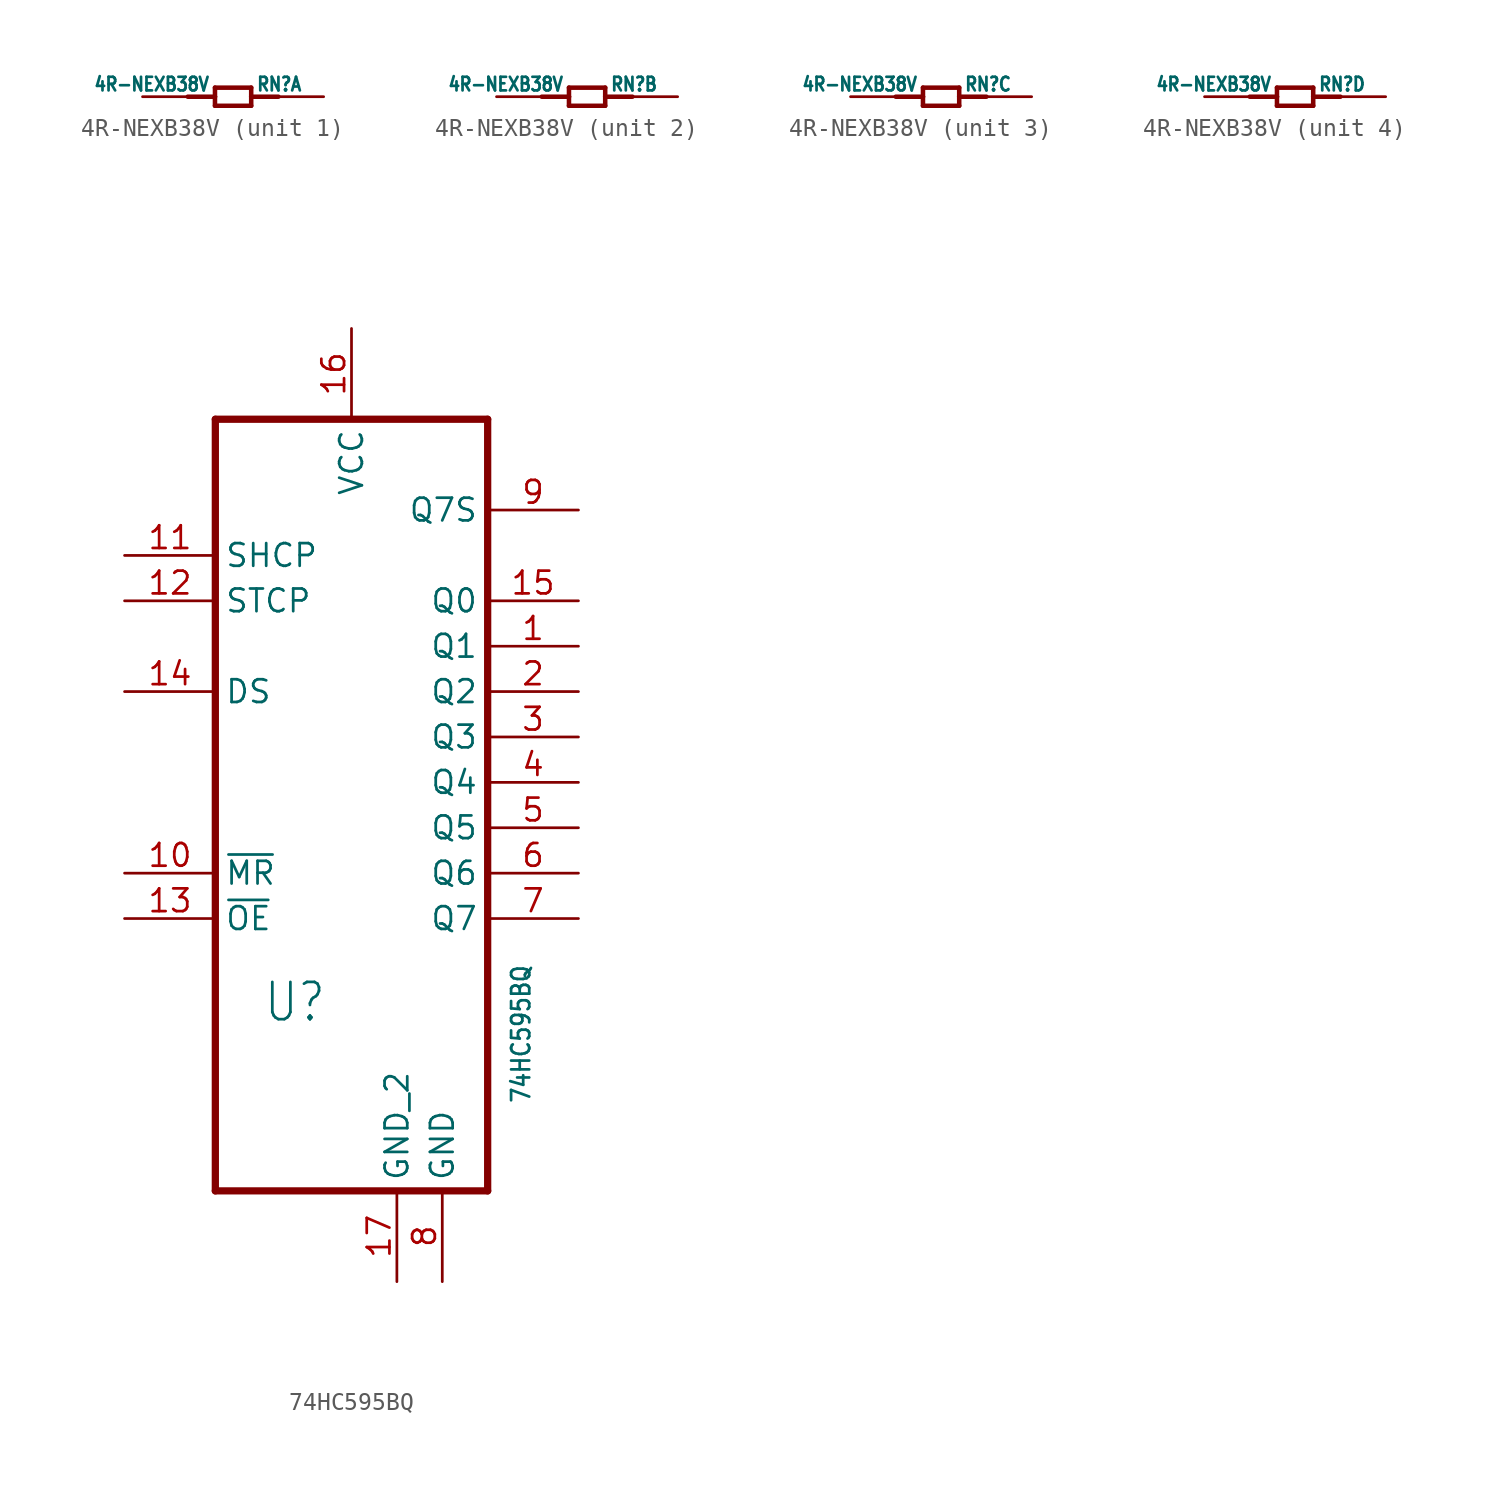
<source format=kicad_sym>
(kicad_symbol_lib
  (version 20211014)
  (generator kicad_symbol_editor)
  (symbol "4R-NEXB38V"
    (property "Reference" "RN"
      (at 1.27 0.254 0)
      (effects (font (size 0.762 0.648)) (justify left bottom)))
    (property "Value" "4R-NEXB38V"
      (at -1.27 0.254 0)
      (effects (font (size 0.762 0.648)) (justify right bottom)))
    (property "ki_locked" ""
      (at 0 0 0)
      (effects (font (size 1.27 1.27))))
    (symbol "4R-NEXB38V_1_0"
      (polyline (pts (xy -2.54 0) (xy -1.016 0)) (stroke (width 0.254) (type default) (color 0 0 0 0)) (fill (type none)))
      (polyline (pts (xy -1.016 -0.508) (xy 1.016 -0.508)) (stroke (width 0.254) (type default) (color 0 0 0 0)) (fill (type none)))
      (polyline (pts (xy -1.016 0) (xy -1.016 -0.508)) (stroke (width 0.254) (type default) (color 0 0 0 0)) (fill (type none)))
      (polyline (pts (xy -1.016 0.508) (xy -1.016 0)) (stroke (width 0.254) (type default) (color 0 0 0 0)) (fill (type none)))
      (polyline (pts (xy 1.016 -0.508) (xy 1.016 0)) (stroke (width 0.254) (type default) (color 0 0 0 0)) (fill (type none)))
      (polyline (pts (xy 1.016 0) (xy 1.016 0.508)) (stroke (width 0.254) (type default) (color 0 0 0 0)) (fill (type none)))
      (polyline (pts (xy 1.016 0) (xy 2.54 0)) (stroke (width 0.254) (type default) (color 0 0 0 0)) (fill (type none)))
      (polyline (pts (xy 1.016 0.508) (xy -1.016 0.508)) (stroke (width 0.254) (type default) (color 0 0 0 0)) (fill (type none)))
      (pin passive line (at -5.08 0 0) (length 2.54) (name "1" (effects (font (size 0 0)))) (number "1" (effects (font (size 0 0)))))
      (pin passive line (at 5.08 0 180) (length 2.54) (name "2" (effects (font (size 0 0)))) (number "8" (effects (font (size 0 0))))))
    (symbol "4R-NEXB38V_2_0"
      (polyline (pts (xy -2.54 0) (xy -1.016 0)) (stroke (width 0.254) (type default) (color 0 0 0 0)) (fill (type none)))
      (polyline (pts (xy -1.016 -0.508) (xy 1.016 -0.508)) (stroke (width 0.254) (type default) (color 0 0 0 0)) (fill (type none)))
      (polyline (pts (xy -1.016 0) (xy -1.016 -0.508)) (stroke (width 0.254) (type default) (color 0 0 0 0)) (fill (type none)))
      (polyline (pts (xy -1.016 0.508) (xy -1.016 0)) (stroke (width 0.254) (type default) (color 0 0 0 0)) (fill (type none)))
      (polyline (pts (xy 1.016 -0.508) (xy 1.016 0)) (stroke (width 0.254) (type default) (color 0 0 0 0)) (fill (type none)))
      (polyline (pts (xy 1.016 0) (xy 1.016 0.508)) (stroke (width 0.254) (type default) (color 0 0 0 0)) (fill (type none)))
      (polyline (pts (xy 1.016 0) (xy 2.54 0)) (stroke (width 0.254) (type default) (color 0 0 0 0)) (fill (type none)))
      (polyline (pts (xy 1.016 0.508) (xy -1.016 0.508)) (stroke (width 0.254) (type default) (color 0 0 0 0)) (fill (type none)))
      (pin passive line (at -5.08 0 0) (length 2.54) (name "1" (effects (font (size 0 0)))) (number "2" (effects (font (size 0 0)))))
      (pin passive line (at 5.08 0 180) (length 2.54) (name "2" (effects (font (size 0 0)))) (number "7" (effects (font (size 0 0))))))
    (symbol "4R-NEXB38V_3_0"
      (polyline (pts (xy -2.54 0) (xy -1.016 0)) (stroke (width 0.254) (type default) (color 0 0 0 0)) (fill (type none)))
      (polyline (pts (xy -1.016 -0.508) (xy 1.016 -0.508)) (stroke (width 0.254) (type default) (color 0 0 0 0)) (fill (type none)))
      (polyline (pts (xy -1.016 0) (xy -1.016 -0.508)) (stroke (width 0.254) (type default) (color 0 0 0 0)) (fill (type none)))
      (polyline (pts (xy -1.016 0.508) (xy -1.016 0)) (stroke (width 0.254) (type default) (color 0 0 0 0)) (fill (type none)))
      (polyline (pts (xy 1.016 -0.508) (xy 1.016 0)) (stroke (width 0.254) (type default) (color 0 0 0 0)) (fill (type none)))
      (polyline (pts (xy 1.016 0) (xy 1.016 0.508)) (stroke (width 0.254) (type default) (color 0 0 0 0)) (fill (type none)))
      (polyline (pts (xy 1.016 0) (xy 2.54 0)) (stroke (width 0.254) (type default) (color 0 0 0 0)) (fill (type none)))
      (polyline (pts (xy 1.016 0.508) (xy -1.016 0.508)) (stroke (width 0.254) (type default) (color 0 0 0 0)) (fill (type none)))
      (pin passive line (at -5.08 0 0) (length 2.54) (name "1" (effects (font (size 0 0)))) (number "3" (effects (font (size 0 0)))))
      (pin passive line (at 5.08 0 180) (length 2.54) (name "2" (effects (font (size 0 0)))) (number "6" (effects (font (size 0 0))))))
    (symbol "4R-NEXB38V_4_0"
      (polyline (pts (xy -2.54 0) (xy -1.016 0)) (stroke (width 0.254) (type default) (color 0 0 0 0)) (fill (type none)))
      (polyline (pts (xy -1.016 -0.508) (xy 1.016 -0.508)) (stroke (width 0.254) (type default) (color 0 0 0 0)) (fill (type none)))
      (polyline (pts (xy -1.016 0) (xy -1.016 -0.508)) (stroke (width 0.254) (type default) (color 0 0 0 0)) (fill (type none)))
      (polyline (pts (xy -1.016 0.508) (xy -1.016 0)) (stroke (width 0.254) (type default) (color 0 0 0 0)) (fill (type none)))
      (polyline (pts (xy 1.016 -0.508) (xy 1.016 0)) (stroke (width 0.254) (type default) (color 0 0 0 0)) (fill (type none)))
      (polyline (pts (xy 1.016 0) (xy 1.016 0.508)) (stroke (width 0.254) (type default) (color 0 0 0 0)) (fill (type none)))
      (polyline (pts (xy 1.016 0) (xy 2.54 0)) (stroke (width 0.254) (type default) (color 0 0 0 0)) (fill (type none)))
      (polyline (pts (xy 1.016 0.508) (xy -1.016 0.508)) (stroke (width 0.254) (type default) (color 0 0 0 0)) (fill (type none)))
      (pin passive line (at -5.08 0 0) (length 2.54) (name "1" (effects (font (size 0 0)))) (number "4" (effects (font (size 0 0)))))
      (pin passive line (at 5.08 0 180) (length 2.54) (name "2" (effects (font (size 0 0)))) (number "5" (effects (font (size 0 0)))))))
  (symbol "74HC595BQ"
    (property "Reference" "U"
      (at -4.953 -13.513 0)
      (effects (font (size 2.083 1.77)) (justify left bottom)))
    (property "Value" "74HC595BQ"
      (at 8.89 -10.16 90)
      (effects (font (size 1.016 0.864)) (justify right top)))
    (property "ki_locked" ""
      (at 0 0 0)
      (effects (font (size 1.27 1.27))))
    (symbol "74HC595BQ_1_0"
      (polyline (pts (xy -7.62 -22.86) (xy 7.62 -22.86)) (stroke (width 0.406) (type default) (color 0 0 0 0)) (fill (type none)))
      (polyline (pts (xy -7.62 20.32) (xy -7.62 -22.86)) (stroke (width 0.406) (type default) (color 0 0 0 0)) (fill (type none)))
      (polyline (pts (xy 7.62 -22.86) (xy 7.62 20.32)) (stroke (width 0.406) (type default) (color 0 0 0 0)) (fill (type none)))
      (polyline (pts (xy 7.62 20.32) (xy -7.62 20.32)) (stroke (width 0.406) (type default) (color 0 0 0 0)) (fill (type none)))
      (pin output line (at 12.7 7.62 180) (length 5.08) (name "Q1" (effects (font (size 1.27 1.27)))) (number "1" (effects (font (size 1.27 1.27)))))
      (pin input line (at -12.7 -5.08 0) (length 5.08) (name "~{MR}" (effects (font (size 1.27 1.27)))) (number "10" (effects (font (size 1.27 1.27)))))
      (pin input line (at -12.7 12.7 0) (length 5.08) (name "SHCP" (effects (font (size 1.27 1.27)))) (number "11" (effects (font (size 1.27 1.27)))))
      (pin input line (at -12.7 10.16 0) (length 5.08) (name "STCP" (effects (font (size 1.27 1.27)))) (number "12" (effects (font (size 1.27 1.27)))))
      (pin input line (at -12.7 -7.62 0) (length 5.08) (name "~{OE}" (effects (font (size 1.27 1.27)))) (number "13" (effects (font (size 1.27 1.27)))))
      (pin input line (at -12.7 5.08 0) (length 5.08) (name "DS" (effects (font (size 1.27 1.27)))) (number "14" (effects (font (size 1.27 1.27)))))
      (pin output line (at 12.7 10.16 180) (length 5.08) (name "Q0" (effects (font (size 1.27 1.27)))) (number "15" (effects (font (size 1.27 1.27)))))
      (pin power_in line (at 0 25.4 270) (length 5.08) (name "VCC" (effects (font (size 1.27 1.27)))) (number "16" (effects (font (size 1.27 1.27)))))
      (pin passive line (at 2.54 -27.94 90) (length 5.08) (name "GND_2" (effects (font (size 1.27 1.27)))) (number "17" (effects (font (size 1.27 1.27)))))
      (pin output line (at 12.7 5.08 180) (length 5.08) (name "Q2" (effects (font (size 1.27 1.27)))) (number "2" (effects (font (size 1.27 1.27)))))
      (pin output line (at 12.7 2.54 180) (length 5.08) (name "Q3" (effects (font (size 1.27 1.27)))) (number "3" (effects (font (size 1.27 1.27)))))
      (pin output line (at 12.7 0 180) (length 5.08) (name "Q4" (effects (font (size 1.27 1.27)))) (number "4" (effects (font (size 1.27 1.27)))))
      (pin output line (at 12.7 -2.54 180) (length 5.08) (name "Q5" (effects (font (size 1.27 1.27)))) (number "5" (effects (font (size 1.27 1.27)))))
      (pin output line (at 12.7 -5.08 180) (length 5.08) (name "Q6" (effects (font (size 1.27 1.27)))) (number "6" (effects (font (size 1.27 1.27)))))
      (pin output line (at 12.7 -7.62 180) (length 5.08) (name "Q7" (effects (font (size 1.27 1.27)))) (number "7" (effects (font (size 1.27 1.27)))))
      (pin passive line (at 5.08 -27.94 90) (length 5.08) (name "GND" (effects (font (size 1.27 1.27)))) (number "8" (effects (font (size 1.27 1.27)))))
      (pin output line (at 12.7 15.24 180) (length 5.08) (name "Q7S" (effects (font (size 1.27 1.27)))) (number "9" (effects (font (size 1.27 1.27))))))))
</source>
